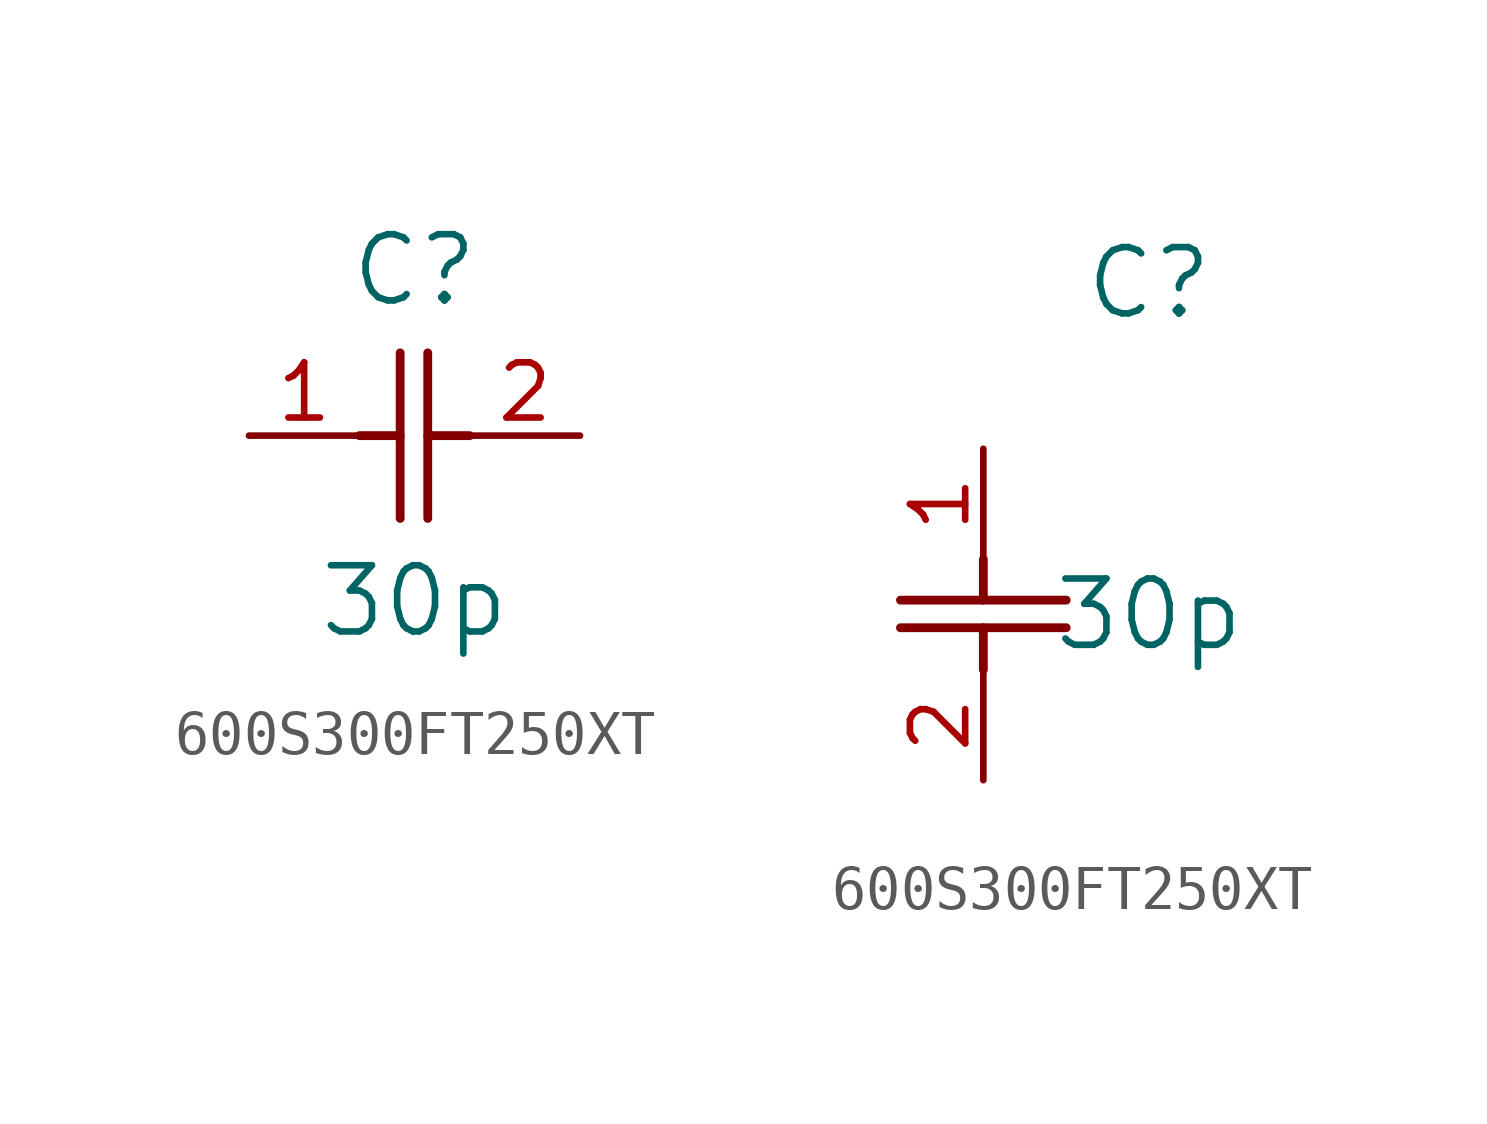
<source format=kicad_sym>
(kicad_symbol_lib
  (version 20220914)
  (generator kicad_symbol_editor)
  (symbol "600S300FT250XT"
    (pin_names
      (offset 0.254))
    (property "Reference" "C"
      (at 3.81 3.81 0)
      (effects (font (size 1.524 1.524))))
    (property "Value" "30p"
      (at 3.81 -3.81 0)
      (effects (font (size 1.524 1.524))))
    (symbol "600S300FT250XT_1_1"
      (polyline (pts (xy 2.54 0) (xy 3.48 0)) (stroke (width 0.203) (type default)) (fill (type none)))
      (polyline (pts (xy 3.48 -1.905) (xy 3.48 1.905)) (stroke (width 0.203) (type default)) (fill (type none)))
      (polyline (pts (xy 4.115 -1.905) (xy 4.115 1.905)) (stroke (width 0.203) (type default)) (fill (type none)))
      (polyline (pts (xy 4.115 0) (xy 5.08 0)) (stroke (width 0.203) (type default)) (fill (type none)))
      (pin bidirectional line (at 0 0 0) (length 2.54) (name "" (effects (font (size 1.27 1.27)))) (number "1" (effects (font (size 1.27 1.27)))))
      (pin bidirectional line (at 7.62 0 180) (length 2.54) (name "" (effects (font (size 1.27 1.27)))) (number "2" (effects (font (size 1.27 1.27))))))
    (symbol "600S300FT250XT_1_2"
      (polyline (pts (xy -1.905 -4.115) (xy 1.905 -4.115)) (stroke (width 0.203) (type default)) (fill (type none)))
      (polyline (pts (xy -1.905 -3.48) (xy 1.905 -3.48)) (stroke (width 0.203) (type default)) (fill (type none)))
      (polyline (pts (xy 0 -4.115) (xy 0 -5.08)) (stroke (width 0.203) (type default)) (fill (type none)))
      (polyline (pts (xy 0 -2.54) (xy 0 -3.48)) (stroke (width 0.203) (type default)) (fill (type none)))
      (pin unspecified line (at 0 0 270) (length 2.54) (name "" (effects (font (size 1.27 1.27)))) (number "1" (effects (font (size 1.27 1.27)))))
      (pin unspecified line (at 0 -7.62 90) (length 2.54) (name "" (effects (font (size 1.27 1.27)))) (number "2" (effects (font (size 1.27 1.27))))))))
</source>
